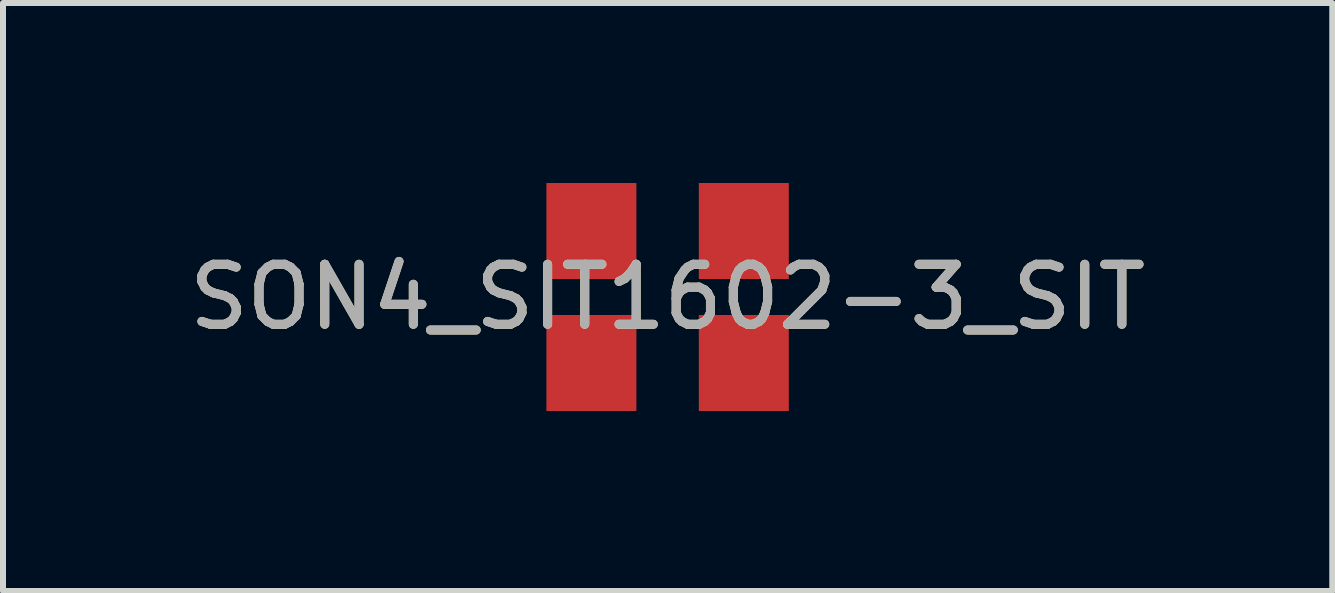
<source format=kicad_pcb>
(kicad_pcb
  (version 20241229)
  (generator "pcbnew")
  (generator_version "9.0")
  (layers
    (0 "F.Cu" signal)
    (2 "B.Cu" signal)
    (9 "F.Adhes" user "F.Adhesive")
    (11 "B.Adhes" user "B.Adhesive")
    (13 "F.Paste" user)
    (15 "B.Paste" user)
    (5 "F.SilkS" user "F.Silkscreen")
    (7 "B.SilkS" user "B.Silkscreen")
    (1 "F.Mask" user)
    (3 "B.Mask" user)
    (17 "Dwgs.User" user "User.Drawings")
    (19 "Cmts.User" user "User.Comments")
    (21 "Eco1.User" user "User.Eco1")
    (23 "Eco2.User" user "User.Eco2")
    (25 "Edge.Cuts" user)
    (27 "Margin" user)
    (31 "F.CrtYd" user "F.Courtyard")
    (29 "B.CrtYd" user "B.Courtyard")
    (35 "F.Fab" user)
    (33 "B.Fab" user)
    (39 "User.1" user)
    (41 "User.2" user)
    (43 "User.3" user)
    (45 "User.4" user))
  (footprint "SON4_SIT1602-3_SIT"
    (layer "F.Cu")
    (at 8.077 1.9)
    (property "Reference" "SON4_SIT1602-3_SIT" (at 0 0 0) (unlocked yes) (layer "F.SilkS") (effects (font (size 1 1) (thickness 0.15))))
    (attr smd)
    (fp_text user "${REFERENCE}" (at 0 0 0) (unlocked yes) (layer "F.Fab") (effects (font (size 1 1) (thickness 0.15))))
    (pad "1" smd rect (at -1.27 1.1) (size 1.5 1.6) (layers "F.Cu" "F.Mask" "F.Paste"))
    (pad "2" smd rect (at 1.27 1.1) (size 1.5 1.6) (layers "F.Cu" "F.Mask" "F.Paste"))
    (pad "3" smd rect (at 1.27 -1.1) (size 1.5 1.6) (layers "F.Cu" "F.Mask" "F.Paste"))
    (pad "4" smd rect (at -1.27 -1.1) (size 1.5 1.6) (layers "F.Cu" "F.Mask" "F.Paste")))
  (gr_rect
    (start -3 -3)
    (end 19.155 6.8)
    (stroke (width 0.1) (type default))
    (fill no)
    (layer "Edge.Cuts")))
</source>
